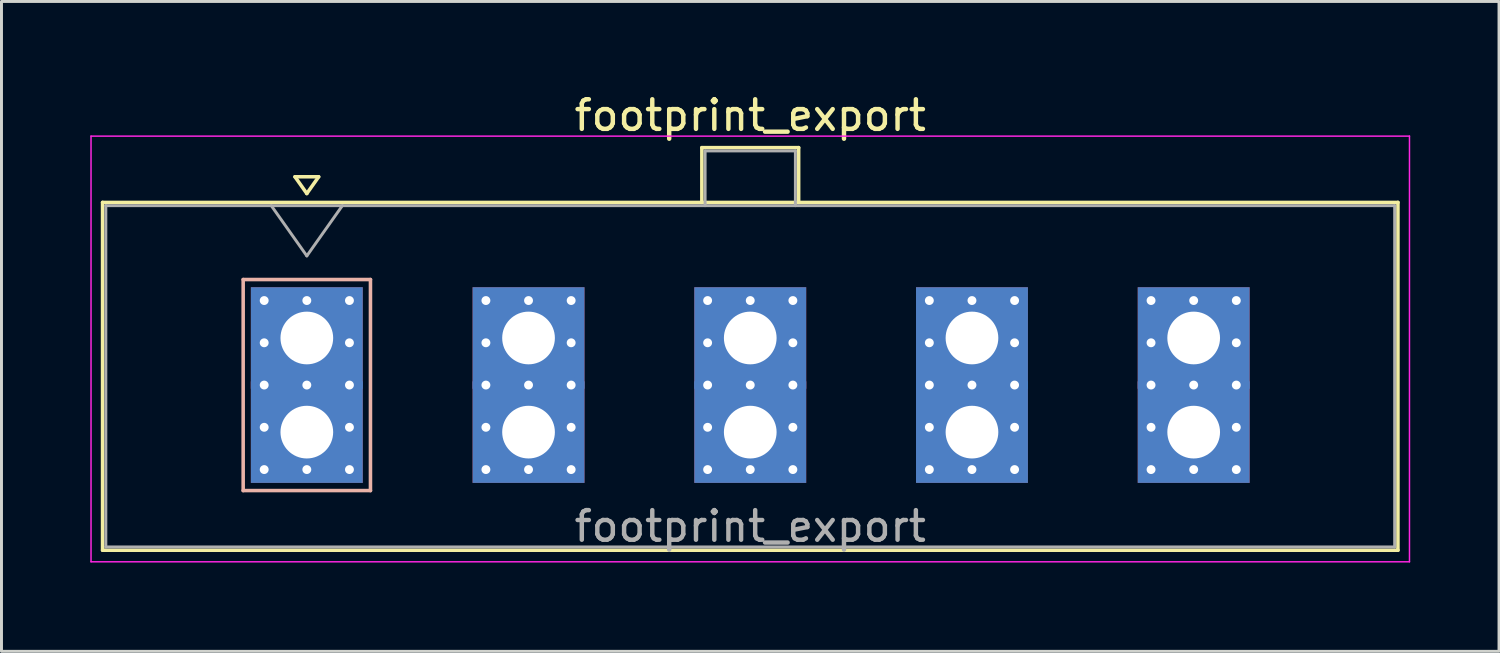
<source format=kicad_pcb>
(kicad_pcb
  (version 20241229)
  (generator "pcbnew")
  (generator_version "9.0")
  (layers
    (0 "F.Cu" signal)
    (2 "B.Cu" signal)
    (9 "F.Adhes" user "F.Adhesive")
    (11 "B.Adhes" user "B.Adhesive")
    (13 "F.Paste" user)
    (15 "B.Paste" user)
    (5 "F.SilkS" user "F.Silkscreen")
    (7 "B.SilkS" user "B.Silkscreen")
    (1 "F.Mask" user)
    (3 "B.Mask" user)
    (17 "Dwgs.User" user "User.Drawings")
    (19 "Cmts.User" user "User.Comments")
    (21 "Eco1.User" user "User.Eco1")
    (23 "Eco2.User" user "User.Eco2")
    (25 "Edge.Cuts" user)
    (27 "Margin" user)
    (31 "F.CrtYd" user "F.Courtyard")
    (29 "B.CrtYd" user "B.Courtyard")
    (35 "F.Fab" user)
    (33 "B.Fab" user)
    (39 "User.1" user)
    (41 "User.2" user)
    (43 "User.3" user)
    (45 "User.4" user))
  (footprint "footprint_export"
    (layer "F.Cu")
    (at 7.315 11.548)
    (property "Reference" "footprint_export" (at 14.98 -10.7 0) (layer "F.SilkS") (effects (font (size 1 1) (thickness 0.15))))
    (attr through_hole)
    (fp_line (start -6.9 -7.76) (end -6.9 3.99) (stroke (width 0.12) (type solid)) (layer "F.SilkS"))
    (fp_line (start -6.9 3.99) (end 36.86 3.99) (stroke (width 0.12) (type solid)) (layer "F.SilkS"))
    (fp_line (start -0.4 -8.626) (end 0 -8.06) (stroke (width 0.12) (type solid)) (layer "F.SilkS"))
    (fp_line (start 0 -8.06) (end 0.4 -8.626) (stroke (width 0.12) (type solid)) (layer "F.SilkS"))
    (fp_line (start 0.4 -8.626) (end -0.4 -8.626) (stroke (width 0.12) (type solid)) (layer "F.SilkS"))
    (fp_line (start 13.345 -9.61) (end 16.615 -9.61) (stroke (width 0.12) (type solid)) (layer "F.SilkS"))
    (fp_line (start 13.345 -7.76) (end 13.345 -9.61) (stroke (width 0.12) (type solid)) (layer "F.SilkS"))
    (fp_line (start 16.615 -9.61) (end 16.615 -7.76) (stroke (width 0.12) (type solid)) (layer "F.SilkS"))
    (fp_line (start 36.86 -7.76) (end -6.9 -7.76) (stroke (width 0.12) (type solid)) (layer "F.SilkS"))
    (fp_line (start 36.86 3.99) (end 36.86 -7.76) (stroke (width 0.12) (type solid)) (layer "F.SilkS"))
    (fp_line (start -2.15 -5.155) (end -2.15 1.975) (stroke (width 0.12) (type solid)) (layer "B.SilkS"))
    (fp_line (start -2.15 1.975) (end 2.15 1.975) (stroke (width 0.12) (type solid)) (layer "B.SilkS"))
    (fp_line (start 2.15 -5.155) (end -2.15 -5.155) (stroke (width 0.12) (type solid)) (layer "B.SilkS"))
    (fp_line (start 2.15 1.975) (end 2.15 -5.155) (stroke (width 0.12) (type solid)) (layer "B.SilkS"))
    (fp_line (start -7.29 -10) (end -7.29 4.38) (stroke (width 0.05) (type solid)) (layer "F.CrtYd"))
    (fp_line (start -7.29 4.38) (end 37.25 4.38) (stroke (width 0.05) (type solid)) (layer "F.CrtYd"))
    (fp_line (start 37.25 -10) (end -7.29 -10) (stroke (width 0.05) (type solid)) (layer "F.CrtYd"))
    (fp_line (start 37.25 4.38) (end 37.25 -10) (stroke (width 0.05) (type solid)) (layer "F.CrtYd"))
    (fp_line (start -6.79 -7.65) (end -6.79 3.88) (stroke (width 0.1) (type solid)) (layer "F.Fab"))
    (fp_line (start -6.79 3.88) (end 36.75 3.88) (stroke (width 0.1) (type solid)) (layer "F.Fab"))
    (fp_line (start -1.2 -7.65) (end 0 -5.953) (stroke (width 0.1) (type solid)) (layer "F.Fab"))
    (fp_line (start 0 -5.953) (end 1.2 -7.65) (stroke (width 0.1) (type solid)) (layer "F.Fab"))
    (fp_line (start 13.455 -9.5) (end 16.505 -9.5) (stroke (width 0.1) (type solid)) (layer "F.Fab"))
    (fp_line (start 13.455 -7.65) (end 13.455 -9.5) (stroke (width 0.1) (type solid)) (layer "F.Fab"))
    (fp_line (start 16.505 -9.5) (end 16.505 -7.65) (stroke (width 0.1) (type solid)) (layer "F.Fab"))
    (fp_line (start 36.75 -7.65) (end -6.79 -7.65) (stroke (width 0.1) (type solid)) (layer "F.Fab"))
    (fp_line (start 36.75 3.88) (end 36.75 -7.65) (stroke (width 0.1) (type solid)) (layer "F.Fab"))
    (fp_text user "${REFERENCE}" (at 14.98 3.18 0) (layer "F.Fab") (effects (font (size 1 1) (thickness 0.15))))
    (pad "1" thru_hole rect (at -1.44 -4.445) (size 0.6 0.6) (drill 0.3) (layers "*.Cu" "*.Mask"))
    (pad "1" thru_hole rect (at -1.44 -3.018) (size 0.6 0.6) (drill 0.3) (layers "*.Cu" "*.Mask"))
    (pad "1" thru_hole rect (at -1.44 -1.59) (size 0.6 0.6) (drill 0.3) (layers "*.Cu" "*.Mask"))
    (pad "1" thru_hole rect (at -1.44 -0.163) (size 0.6 0.6) (drill 0.3) (layers "*.Cu" "*.Mask"))
    (pad "1" thru_hole rect (at -1.44 1.265) (size 0.6 0.6) (drill 0.3) (layers "*.Cu" "*.Mask"))
    (pad "1" thru_hole rect (at 0 -4.445) (size 0.6 0.6) (drill 0.3) (layers "*.Cu" "*.Mask"))
    (pad "1" thru_hole rect (at 0 -3.18) (size 3.78 3.43) (drill 1.78) (layers "*.Cu" "*.Mask"))
    (pad "1" thru_hole rect (at 0 -1.59) (size 0.6 0.6) (drill 0.3) (layers "*.Cu" "*.Mask"))
    (pad "1" thru_hole rect (at 0 0) (size 3.78 3.43) (drill 1.78) (layers "*.Cu" "*.Mask"))
    (pad "1" thru_hole rect (at 0 1.265) (size 0.6 0.6) (drill 0.3) (layers "*.Cu" "*.Mask"))
    (pad "1" thru_hole rect (at 1.44 -4.445) (size 0.6 0.6) (drill 0.3) (layers "*.Cu" "*.Mask"))
    (pad "1" thru_hole rect (at 1.44 -3.018) (size 0.6 0.6) (drill 0.3) (layers "*.Cu" "*.Mask"))
    (pad "1" thru_hole rect (at 1.44 -1.59) (size 0.6 0.6) (drill 0.3) (layers "*.Cu" "*.Mask"))
    (pad "1" thru_hole rect (at 1.44 -0.163) (size 0.6 0.6) (drill 0.3) (layers "*.Cu" "*.Mask"))
    (pad "1" thru_hole rect (at 1.44 1.265) (size 0.6 0.6) (drill 0.3) (layers "*.Cu" "*.Mask"))
    (pad "2" thru_hole circle (at 6.05 -4.445) (size 0.6 0.6) (drill 0.3) (layers "*.Cu" "*.Mask"))
    (pad "2" thru_hole circle (at 6.05 -3.018) (size 0.6 0.6) (drill 0.3) (layers "*.Cu" "*.Mask"))
    (pad "2" thru_hole circle (at 6.05 -1.59) (size 0.6 0.6) (drill 0.3) (layers "*.Cu" "*.Mask"))
    (pad "2" thru_hole circle (at 6.05 -0.163) (size 0.6 0.6) (drill 0.3) (layers "*.Cu" "*.Mask"))
    (pad "2" thru_hole circle (at 6.05 1.265) (size 0.6 0.6) (drill 0.3) (layers "*.Cu" "*.Mask"))
    (pad "2" thru_hole circle (at 7.49 -4.445) (size 0.6 0.6) (drill 0.3) (layers "*.Cu" "*.Mask"))
    (pad "2" thru_hole rect (at 7.49 -3.18) (size 3.78 3.43) (drill 1.78) (layers "*.Cu" "*.Mask"))
    (pad "2" thru_hole circle (at 7.49 -1.59) (size 0.6 0.6) (drill 0.3) (layers "*.Cu" "*.Mask"))
    (pad "2" thru_hole rect (at 7.49 0) (size 3.78 3.43) (drill 1.78) (layers "*.Cu" "*.Mask"))
    (pad "2" thru_hole circle (at 7.49 1.265) (size 0.6 0.6) (drill 0.3) (layers "*.Cu" "*.Mask"))
    (pad "2" thru_hole circle (at 8.93 -4.445) (size 0.6 0.6) (drill 0.3) (layers "*.Cu" "*.Mask"))
    (pad "2" thru_hole circle (at 8.93 -3.018) (size 0.6 0.6) (drill 0.3) (layers "*.Cu" "*.Mask"))
    (pad "2" thru_hole circle (at 8.93 -1.59) (size 0.6 0.6) (drill 0.3) (layers "*.Cu" "*.Mask"))
    (pad "2" thru_hole circle (at 8.93 -0.163) (size 0.6 0.6) (drill 0.3) (layers "*.Cu" "*.Mask"))
    (pad "2" thru_hole circle (at 8.93 1.265) (size 0.6 0.6) (drill 0.3) (layers "*.Cu" "*.Mask"))
    (pad "3" thru_hole circle (at 13.54 -4.445) (size 0.6 0.6) (drill 0.3) (layers "*.Cu" "*.Mask"))
    (pad "3" thru_hole circle (at 13.54 -3.018) (size 0.6 0.6) (drill 0.3) (layers "*.Cu" "*.Mask"))
    (pad "3" thru_hole circle (at 13.54 -1.59) (size 0.6 0.6) (drill 0.3) (layers "*.Cu" "*.Mask"))
    (pad "3" thru_hole circle (at 13.54 -0.163) (size 0.6 0.6) (drill 0.3) (layers "*.Cu" "*.Mask"))
    (pad "3" thru_hole circle (at 13.54 1.265) (size 0.6 0.6) (drill 0.3) (layers "*.Cu" "*.Mask"))
    (pad "3" thru_hole circle (at 14.98 -4.445) (size 0.6 0.6) (drill 0.3) (layers "*.Cu" "*.Mask"))
    (pad "3" thru_hole rect (at 14.98 -3.18) (size 3.78 3.43) (drill 1.78) (layers "*.Cu" "*.Mask"))
    (pad "3" thru_hole circle (at 14.98 -1.59) (size 0.6 0.6) (drill 0.3) (layers "*.Cu" "*.Mask"))
    (pad "3" thru_hole rect (at 14.98 0) (size 3.78 3.43) (drill 1.78) (layers "*.Cu" "*.Mask"))
    (pad "3" thru_hole circle (at 14.98 1.265) (size 0.6 0.6) (drill 0.3) (layers "*.Cu" "*.Mask"))
    (pad "3" thru_hole circle (at 16.42 -4.445) (size 0.6 0.6) (drill 0.3) (layers "*.Cu" "*.Mask"))
    (pad "3" thru_hole circle (at 16.42 -3.018) (size 0.6 0.6) (drill 0.3) (layers "*.Cu" "*.Mask"))
    (pad "3" thru_hole circle (at 16.42 -1.59) (size 0.6 0.6) (drill 0.3) (layers "*.Cu" "*.Mask"))
    (pad "3" thru_hole circle (at 16.42 -0.163) (size 0.6 0.6) (drill 0.3) (layers "*.Cu" "*.Mask"))
    (pad "3" thru_hole circle (at 16.42 1.265) (size 0.6 0.6) (drill 0.3) (layers "*.Cu" "*.Mask"))
    (pad "4" thru_hole circle (at 21.03 -4.445) (size 0.6 0.6) (drill 0.3) (layers "*.Cu" "*.Mask"))
    (pad "4" thru_hole circle (at 21.03 -3.018) (size 0.6 0.6) (drill 0.3) (layers "*.Cu" "*.Mask"))
    (pad "4" thru_hole circle (at 21.03 -1.59) (size 0.6 0.6) (drill 0.3) (layers "*.Cu" "*.Mask"))
    (pad "4" thru_hole circle (at 21.03 -0.163) (size 0.6 0.6) (drill 0.3) (layers "*.Cu" "*.Mask"))
    (pad "4" thru_hole circle (at 21.03 1.265) (size 0.6 0.6) (drill 0.3) (layers "*.Cu" "*.Mask"))
    (pad "4" thru_hole circle (at 22.47 -4.445) (size 0.6 0.6) (drill 0.3) (layers "*.Cu" "*.Mask"))
    (pad "4" thru_hole rect (at 22.47 -3.18) (size 3.78 3.43) (drill 1.78) (layers "*.Cu" "*.Mask"))
    (pad "4" thru_hole circle (at 22.47 -1.59) (size 0.6 0.6) (drill 0.3) (layers "*.Cu" "*.Mask"))
    (pad "4" thru_hole rect (at 22.47 0) (size 3.78 3.43) (drill 1.78) (layers "*.Cu" "*.Mask"))
    (pad "4" thru_hole circle (at 22.47 1.265) (size 0.6 0.6) (drill 0.3) (layers "*.Cu" "*.Mask"))
    (pad "4" thru_hole circle (at 23.91 -4.445) (size 0.6 0.6) (drill 0.3) (layers "*.Cu" "*.Mask"))
    (pad "4" thru_hole circle (at 23.91 -3.018) (size 0.6 0.6) (drill 0.3) (layers "*.Cu" "*.Mask"))
    (pad "4" thru_hole circle (at 23.91 -1.59) (size 0.6 0.6) (drill 0.3) (layers "*.Cu" "*.Mask"))
    (pad "4" thru_hole circle (at 23.91 -0.163) (size 0.6 0.6) (drill 0.3) (layers "*.Cu" "*.Mask"))
    (pad "4" thru_hole circle (at 23.91 1.265) (size 0.6 0.6) (drill 0.3) (layers "*.Cu" "*.Mask"))
    (pad "5" thru_hole circle (at 28.52 -4.445) (size 0.6 0.6) (drill 0.3) (layers "*.Cu" "*.Mask"))
    (pad "5" thru_hole circle (at 28.52 -3.018) (size 0.6 0.6) (drill 0.3) (layers "*.Cu" "*.Mask"))
    (pad "5" thru_hole circle (at 28.52 -1.59) (size 0.6 0.6) (drill 0.3) (layers "*.Cu" "*.Mask"))
    (pad "5" thru_hole circle (at 28.52 -0.163) (size 0.6 0.6) (drill 0.3) (layers "*.Cu" "*.Mask"))
    (pad "5" thru_hole circle (at 28.52 1.265) (size 0.6 0.6) (drill 0.3) (layers "*.Cu" "*.Mask"))
    (pad "5" thru_hole circle (at 29.96 -4.445) (size 0.6 0.6) (drill 0.3) (layers "*.Cu" "*.Mask"))
    (pad "5" thru_hole rect (at 29.96 -3.18) (size 3.78 3.43) (drill 1.78) (layers "*.Cu" "*.Mask"))
    (pad "5" thru_hole circle (at 29.96 -1.59) (size 0.6 0.6) (drill 0.3) (layers "*.Cu" "*.Mask"))
    (pad "5" thru_hole rect (at 29.96 0) (size 3.78 3.43) (drill 1.78) (layers "*.Cu" "*.Mask"))
    (pad "5" thru_hole circle (at 29.96 1.265) (size 0.6 0.6) (drill 0.3) (layers "*.Cu" "*.Mask"))
    (pad "5" thru_hole circle (at 31.4 -4.445) (size 0.6 0.6) (drill 0.3) (layers "*.Cu" "*.Mask"))
    (pad "5" thru_hole circle (at 31.4 -3.018) (size 0.6 0.6) (drill 0.3) (layers "*.Cu" "*.Mask"))
    (pad "5" thru_hole circle (at 31.4 -1.59) (size 0.6 0.6) (drill 0.3) (layers "*.Cu" "*.Mask"))
    (pad "5" thru_hole circle (at 31.4 -0.163) (size 0.6 0.6) (drill 0.3) (layers "*.Cu" "*.Mask"))
    (pad "5" thru_hole circle (at 31.4 1.265) (size 0.6 0.6) (drill 0.3) (layers "*.Cu" "*.Mask")))
  (gr_rect
    (start -3 -3)
    (end 47.59 18.953)
    (stroke (width 0.1) (type default))
    (fill no)
    (layer "Edge.Cuts")))
</source>
